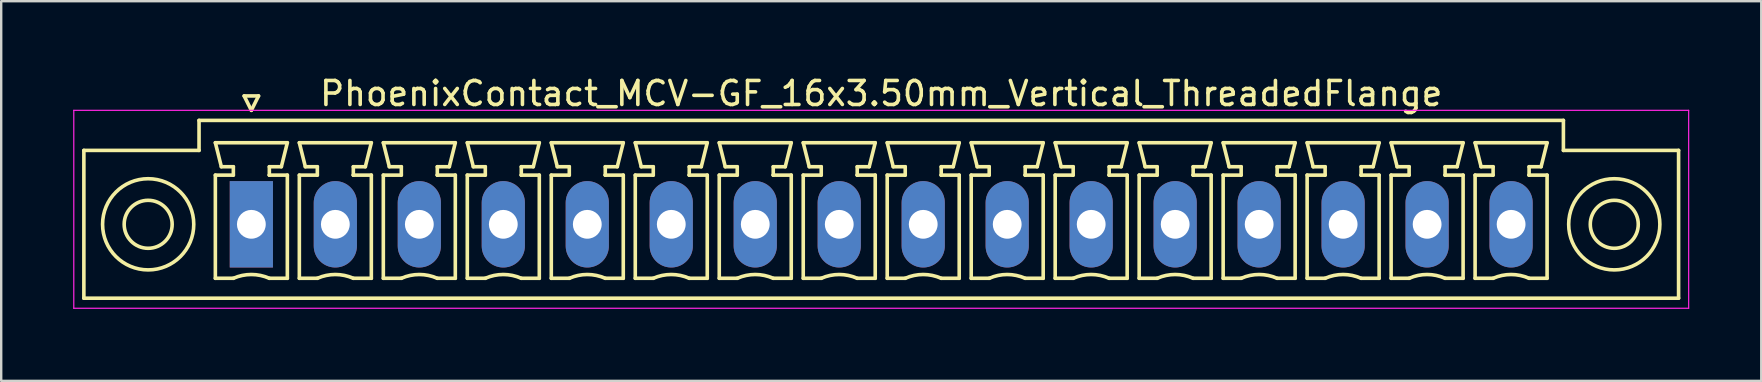
<source format=kicad_pcb>
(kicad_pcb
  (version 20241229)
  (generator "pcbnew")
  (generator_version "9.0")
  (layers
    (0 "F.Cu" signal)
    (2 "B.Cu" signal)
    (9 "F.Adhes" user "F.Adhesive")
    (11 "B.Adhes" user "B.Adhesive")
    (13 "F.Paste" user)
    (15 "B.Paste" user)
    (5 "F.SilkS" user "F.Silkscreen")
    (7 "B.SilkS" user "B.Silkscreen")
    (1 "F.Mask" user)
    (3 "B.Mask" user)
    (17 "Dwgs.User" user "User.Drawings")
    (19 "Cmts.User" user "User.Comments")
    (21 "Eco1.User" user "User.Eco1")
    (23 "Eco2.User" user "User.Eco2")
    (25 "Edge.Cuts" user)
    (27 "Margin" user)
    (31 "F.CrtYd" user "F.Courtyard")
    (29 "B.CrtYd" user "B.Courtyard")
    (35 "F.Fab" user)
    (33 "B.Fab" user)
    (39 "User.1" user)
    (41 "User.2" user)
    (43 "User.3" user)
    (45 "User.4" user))
  (footprint "PhoenixContact_MCV-GF_16x3.50mm_Vertical_ThreadedFlange"
    (layer "F.Cu")
    (at 7.425 6.298)
    (property "Reference" "PhoenixContact_MCV-GF_16x3.50mm_Vertical_ThreadedFlange" (at 26.25 -5.45 0) (layer "F.SilkS") (effects (font (size 1 1) (thickness 0.15))))
    (attr through_hole)
    (fp_line (start -6.98 -3.08) (end -6.98 3.08) (stroke (width 0.15) (type solid)) (layer "F.SilkS"))
    (fp_line (start -6.98 3.08) (end 59.48 3.08) (stroke (width 0.15) (type solid)) (layer "F.SilkS"))
    (fp_line (start -2.18 -4.33) (end -2.18 -3.08) (stroke (width 0.15) (type solid)) (layer "F.SilkS"))
    (fp_line (start -2.18 -3.08) (end -6.98 -3.08) (stroke (width 0.15) (type solid)) (layer "F.SilkS"))
    (fp_line (start -1.5 -3.4) (end 1.5 -3.4) (stroke (width 0.15) (type solid)) (layer "F.SilkS"))
    (fp_line (start -1.5 -2.05) (end -0.75 -2.05) (stroke (width 0.15) (type solid)) (layer "F.SilkS"))
    (fp_line (start -1.5 2.25) (end -1.5 -2.05) (stroke (width 0.15) (type solid)) (layer "F.SilkS"))
    (fp_line (start -1.25 -2.4) (end -1.5 -3.4) (stroke (width 0.15) (type solid)) (layer "F.SilkS"))
    (fp_line (start -0.75 -2.4) (end -1.25 -2.4) (stroke (width 0.15) (type solid)) (layer "F.SilkS"))
    (fp_line (start -0.75 -2.05) (end -0.75 -2.4) (stroke (width 0.15) (type solid)) (layer "F.SilkS"))
    (fp_line (start -0.75 2.25) (end -1.5 2.25) (stroke (width 0.15) (type solid)) (layer "F.SilkS"))
    (fp_line (start -0.3 -5.35) (end 0 -4.75) (stroke (width 0.15) (type solid)) (layer "F.SilkS"))
    (fp_line (start 0 -4.75) (end 0.3 -5.35) (stroke (width 0.15) (type solid)) (layer "F.SilkS"))
    (fp_line (start 0.3 -5.35) (end -0.3 -5.35) (stroke (width 0.15) (type solid)) (layer "F.SilkS"))
    (fp_line (start 0.75 -2.4) (end 0.75 -2.05) (stroke (width 0.15) (type solid)) (layer "F.SilkS"))
    (fp_line (start 0.75 -2.05) (end 0.75 -2.05) (stroke (width 0.15) (type solid)) (layer "F.SilkS"))
    (fp_line (start 0.75 -2.05) (end 1.5 -2.05) (stroke (width 0.15) (type solid)) (layer "F.SilkS"))
    (fp_line (start 1.25 -2.4) (end 0.75 -2.4) (stroke (width 0.15) (type solid)) (layer "F.SilkS"))
    (fp_line (start 1.5 -3.4) (end 1.25 -2.4) (stroke (width 0.15) (type solid)) (layer "F.SilkS"))
    (fp_line (start 1.5 -2.05) (end 1.5 2.25) (stroke (width 0.15) (type solid)) (layer "F.SilkS"))
    (fp_line (start 1.5 2.25) (end 0.75 2.25) (stroke (width 0.15) (type solid)) (layer "F.SilkS"))
    (fp_line (start 2 -3.4) (end 5 -3.4) (stroke (width 0.15) (type solid)) (layer "F.SilkS"))
    (fp_line (start 2 -2.05) (end 2.75 -2.05) (stroke (width 0.15) (type solid)) (layer "F.SilkS"))
    (fp_line (start 2 2.25) (end 2 -2.05) (stroke (width 0.15) (type solid)) (layer "F.SilkS"))
    (fp_line (start 2.25 -2.4) (end 2 -3.4) (stroke (width 0.15) (type solid)) (layer "F.SilkS"))
    (fp_line (start 2.75 -2.4) (end 2.25 -2.4) (stroke (width 0.15) (type solid)) (layer "F.SilkS"))
    (fp_line (start 2.75 -2.05) (end 2.75 -2.4) (stroke (width 0.15) (type solid)) (layer "F.SilkS"))
    (fp_line (start 2.75 2.25) (end 2 2.25) (stroke (width 0.15) (type solid)) (layer "F.SilkS"))
    (fp_line (start 4.25 -2.4) (end 4.25 -2.05) (stroke (width 0.15) (type solid)) (layer "F.SilkS"))
    (fp_line (start 4.25 -2.05) (end 4.25 -2.05) (stroke (width 0.15) (type solid)) (layer "F.SilkS"))
    (fp_line (start 4.25 -2.05) (end 5 -2.05) (stroke (width 0.15) (type solid)) (layer "F.SilkS"))
    (fp_line (start 4.75 -2.4) (end 4.25 -2.4) (stroke (width 0.15) (type solid)) (layer "F.SilkS"))
    (fp_line (start 5 -3.4) (end 4.75 -2.4) (stroke (width 0.15) (type solid)) (layer "F.SilkS"))
    (fp_line (start 5 -2.05) (end 5 2.25) (stroke (width 0.15) (type solid)) (layer "F.SilkS"))
    (fp_line (start 5 2.25) (end 4.25 2.25) (stroke (width 0.15) (type solid)) (layer "F.SilkS"))
    (fp_line (start 5.5 -3.4) (end 8.5 -3.4) (stroke (width 0.15) (type solid)) (layer "F.SilkS"))
    (fp_line (start 5.5 -2.05) (end 6.25 -2.05) (stroke (width 0.15) (type solid)) (layer "F.SilkS"))
    (fp_line (start 5.5 2.25) (end 5.5 -2.05) (stroke (width 0.15) (type solid)) (layer "F.SilkS"))
    (fp_line (start 5.75 -2.4) (end 5.5 -3.4) (stroke (width 0.15) (type solid)) (layer "F.SilkS"))
    (fp_line (start 6.25 -2.4) (end 5.75 -2.4) (stroke (width 0.15) (type solid)) (layer "F.SilkS"))
    (fp_line (start 6.25 -2.05) (end 6.25 -2.4) (stroke (width 0.15) (type solid)) (layer "F.SilkS"))
    (fp_line (start 6.25 2.25) (end 5.5 2.25) (stroke (width 0.15) (type solid)) (layer "F.SilkS"))
    (fp_line (start 7.75 -2.4) (end 7.75 -2.05) (stroke (width 0.15) (type solid)) (layer "F.SilkS"))
    (fp_line (start 7.75 -2.05) (end 7.75 -2.05) (stroke (width 0.15) (type solid)) (layer "F.SilkS"))
    (fp_line (start 7.75 -2.05) (end 8.5 -2.05) (stroke (width 0.15) (type solid)) (layer "F.SilkS"))
    (fp_line (start 8.25 -2.4) (end 7.75 -2.4) (stroke (width 0.15) (type solid)) (layer "F.SilkS"))
    (fp_line (start 8.5 -3.4) (end 8.25 -2.4) (stroke (width 0.15) (type solid)) (layer "F.SilkS"))
    (fp_line (start 8.5 -2.05) (end 8.5 2.25) (stroke (width 0.15) (type solid)) (layer "F.SilkS"))
    (fp_line (start 8.5 2.25) (end 7.75 2.25) (stroke (width 0.15) (type solid)) (layer "F.SilkS"))
    (fp_line (start 9 -3.4) (end 12 -3.4) (stroke (width 0.15) (type solid)) (layer "F.SilkS"))
    (fp_line (start 9 -2.05) (end 9.75 -2.05) (stroke (width 0.15) (type solid)) (layer "F.SilkS"))
    (fp_line (start 9 2.25) (end 9 -2.05) (stroke (width 0.15) (type solid)) (layer "F.SilkS"))
    (fp_line (start 9.25 -2.4) (end 9 -3.4) (stroke (width 0.15) (type solid)) (layer "F.SilkS"))
    (fp_line (start 9.75 -2.4) (end 9.25 -2.4) (stroke (width 0.15) (type solid)) (layer "F.SilkS"))
    (fp_line (start 9.75 -2.05) (end 9.75 -2.4) (stroke (width 0.15) (type solid)) (layer "F.SilkS"))
    (fp_line (start 9.75 2.25) (end 9 2.25) (stroke (width 0.15) (type solid)) (layer "F.SilkS"))
    (fp_line (start 11.25 -2.4) (end 11.25 -2.05) (stroke (width 0.15) (type solid)) (layer "F.SilkS"))
    (fp_line (start 11.25 -2.05) (end 11.25 -2.05) (stroke (width 0.15) (type solid)) (layer "F.SilkS"))
    (fp_line (start 11.25 -2.05) (end 12 -2.05) (stroke (width 0.15) (type solid)) (layer "F.SilkS"))
    (fp_line (start 11.75 -2.4) (end 11.25 -2.4) (stroke (width 0.15) (type solid)) (layer "F.SilkS"))
    (fp_line (start 12 -3.4) (end 11.75 -2.4) (stroke (width 0.15) (type solid)) (layer "F.SilkS"))
    (fp_line (start 12 -2.05) (end 12 2.25) (stroke (width 0.15) (type solid)) (layer "F.SilkS"))
    (fp_line (start 12 2.25) (end 11.25 2.25) (stroke (width 0.15) (type solid)) (layer "F.SilkS"))
    (fp_line (start 12.5 -3.4) (end 15.5 -3.4) (stroke (width 0.15) (type solid)) (layer "F.SilkS"))
    (fp_line (start 12.5 -2.05) (end 13.25 -2.05) (stroke (width 0.15) (type solid)) (layer "F.SilkS"))
    (fp_line (start 12.5 2.25) (end 12.5 -2.05) (stroke (width 0.15) (type solid)) (layer "F.SilkS"))
    (fp_line (start 12.75 -2.4) (end 12.5 -3.4) (stroke (width 0.15) (type solid)) (layer "F.SilkS"))
    (fp_line (start 13.25 -2.4) (end 12.75 -2.4) (stroke (width 0.15) (type solid)) (layer "F.SilkS"))
    (fp_line (start 13.25 -2.05) (end 13.25 -2.4) (stroke (width 0.15) (type solid)) (layer "F.SilkS"))
    (fp_line (start 13.25 2.25) (end 12.5 2.25) (stroke (width 0.15) (type solid)) (layer "F.SilkS"))
    (fp_line (start 14.75 -2.4) (end 14.75 -2.05) (stroke (width 0.15) (type solid)) (layer "F.SilkS"))
    (fp_line (start 14.75 -2.05) (end 14.75 -2.05) (stroke (width 0.15) (type solid)) (layer "F.SilkS"))
    (fp_line (start 14.75 -2.05) (end 15.5 -2.05) (stroke (width 0.15) (type solid)) (layer "F.SilkS"))
    (fp_line (start 15.25 -2.4) (end 14.75 -2.4) (stroke (width 0.15) (type solid)) (layer "F.SilkS"))
    (fp_line (start 15.5 -3.4) (end 15.25 -2.4) (stroke (width 0.15) (type solid)) (layer "F.SilkS"))
    (fp_line (start 15.5 -2.05) (end 15.5 2.25) (stroke (width 0.15) (type solid)) (layer "F.SilkS"))
    (fp_line (start 15.5 2.25) (end 14.75 2.25) (stroke (width 0.15) (type solid)) (layer "F.SilkS"))
    (fp_line (start 16 -3.4) (end 19 -3.4) (stroke (width 0.15) (type solid)) (layer "F.SilkS"))
    (fp_line (start 16 -2.05) (end 16.75 -2.05) (stroke (width 0.15) (type solid)) (layer "F.SilkS"))
    (fp_line (start 16 2.25) (end 16 -2.05) (stroke (width 0.15) (type solid)) (layer "F.SilkS"))
    (fp_line (start 16.25 -2.4) (end 16 -3.4) (stroke (width 0.15) (type solid)) (layer "F.SilkS"))
    (fp_line (start 16.75 -2.4) (end 16.25 -2.4) (stroke (width 0.15) (type solid)) (layer "F.SilkS"))
    (fp_line (start 16.75 -2.05) (end 16.75 -2.4) (stroke (width 0.15) (type solid)) (layer "F.SilkS"))
    (fp_line (start 16.75 2.25) (end 16 2.25) (stroke (width 0.15) (type solid)) (layer "F.SilkS"))
    (fp_line (start 18.25 -2.4) (end 18.25 -2.05) (stroke (width 0.15) (type solid)) (layer "F.SilkS"))
    (fp_line (start 18.25 -2.05) (end 18.25 -2.05) (stroke (width 0.15) (type solid)) (layer "F.SilkS"))
    (fp_line (start 18.25 -2.05) (end 19 -2.05) (stroke (width 0.15) (type solid)) (layer "F.SilkS"))
    (fp_line (start 18.75 -2.4) (end 18.25 -2.4) (stroke (width 0.15) (type solid)) (layer "F.SilkS"))
    (fp_line (start 19 -3.4) (end 18.75 -2.4) (stroke (width 0.15) (type solid)) (layer "F.SilkS"))
    (fp_line (start 19 -2.05) (end 19 2.25) (stroke (width 0.15) (type solid)) (layer "F.SilkS"))
    (fp_line (start 19 2.25) (end 18.25 2.25) (stroke (width 0.15) (type solid)) (layer "F.SilkS"))
    (fp_line (start 19.5 -3.4) (end 22.5 -3.4) (stroke (width 0.15) (type solid)) (layer "F.SilkS"))
    (fp_line (start 19.5 -2.05) (end 20.25 -2.05) (stroke (width 0.15) (type solid)) (layer "F.SilkS"))
    (fp_line (start 19.5 2.25) (end 19.5 -2.05) (stroke (width 0.15) (type solid)) (layer "F.SilkS"))
    (fp_line (start 19.75 -2.4) (end 19.5 -3.4) (stroke (width 0.15) (type solid)) (layer "F.SilkS"))
    (fp_line (start 20.25 -2.4) (end 19.75 -2.4) (stroke (width 0.15) (type solid)) (layer "F.SilkS"))
    (fp_line (start 20.25 -2.05) (end 20.25 -2.4) (stroke (width 0.15) (type solid)) (layer "F.SilkS"))
    (fp_line (start 20.25 2.25) (end 19.5 2.25) (stroke (width 0.15) (type solid)) (layer "F.SilkS"))
    (fp_line (start 21.75 -2.4) (end 21.75 -2.05) (stroke (width 0.15) (type solid)) (layer "F.SilkS"))
    (fp_line (start 21.75 -2.05) (end 21.75 -2.05) (stroke (width 0.15) (type solid)) (layer "F.SilkS"))
    (fp_line (start 21.75 -2.05) (end 22.5 -2.05) (stroke (width 0.15) (type solid)) (layer "F.SilkS"))
    (fp_line (start 22.25 -2.4) (end 21.75 -2.4) (stroke (width 0.15) (type solid)) (layer "F.SilkS"))
    (fp_line (start 22.5 -3.4) (end 22.25 -2.4) (stroke (width 0.15) (type solid)) (layer "F.SilkS"))
    (fp_line (start 22.5 -2.05) (end 22.5 2.25) (stroke (width 0.15) (type solid)) (layer "F.SilkS"))
    (fp_line (start 22.5 2.25) (end 21.75 2.25) (stroke (width 0.15) (type solid)) (layer "F.SilkS"))
    (fp_line (start 23 -3.4) (end 26 -3.4) (stroke (width 0.15) (type solid)) (layer "F.SilkS"))
    (fp_line (start 23 -2.05) (end 23.75 -2.05) (stroke (width 0.15) (type solid)) (layer "F.SilkS"))
    (fp_line (start 23 2.25) (end 23 -2.05) (stroke (width 0.15) (type solid)) (layer "F.SilkS"))
    (fp_line (start 23.25 -2.4) (end 23 -3.4) (stroke (width 0.15) (type solid)) (layer "F.SilkS"))
    (fp_line (start 23.75 -2.4) (end 23.25 -2.4) (stroke (width 0.15) (type solid)) (layer "F.SilkS"))
    (fp_line (start 23.75 -2.05) (end 23.75 -2.4) (stroke (width 0.15) (type solid)) (layer "F.SilkS"))
    (fp_line (start 23.75 2.25) (end 23 2.25) (stroke (width 0.15) (type solid)) (layer "F.SilkS"))
    (fp_line (start 25.25 -2.4) (end 25.25 -2.05) (stroke (width 0.15) (type solid)) (layer "F.SilkS"))
    (fp_line (start 25.25 -2.05) (end 25.25 -2.05) (stroke (width 0.15) (type solid)) (layer "F.SilkS"))
    (fp_line (start 25.25 -2.05) (end 26 -2.05) (stroke (width 0.15) (type solid)) (layer "F.SilkS"))
    (fp_line (start 25.75 -2.4) (end 25.25 -2.4) (stroke (width 0.15) (type solid)) (layer "F.SilkS"))
    (fp_line (start 26 -3.4) (end 25.75 -2.4) (stroke (width 0.15) (type solid)) (layer "F.SilkS"))
    (fp_line (start 26 -2.05) (end 26 2.25) (stroke (width 0.15) (type solid)) (layer "F.SilkS"))
    (fp_line (start 26 2.25) (end 25.25 2.25) (stroke (width 0.15) (type solid)) (layer "F.SilkS"))
    (fp_line (start 26.5 -3.4) (end 29.5 -3.4) (stroke (width 0.15) (type solid)) (layer "F.SilkS"))
    (fp_line (start 26.5 -2.05) (end 27.25 -2.05) (stroke (width 0.15) (type solid)) (layer "F.SilkS"))
    (fp_line (start 26.5 2.25) (end 26.5 -2.05) (stroke (width 0.15) (type solid)) (layer "F.SilkS"))
    (fp_line (start 26.75 -2.4) (end 26.5 -3.4) (stroke (width 0.15) (type solid)) (layer "F.SilkS"))
    (fp_line (start 27.25 -2.4) (end 26.75 -2.4) (stroke (width 0.15) (type solid)) (layer "F.SilkS"))
    (fp_line (start 27.25 -2.05) (end 27.25 -2.4) (stroke (width 0.15) (type solid)) (layer "F.SilkS"))
    (fp_line (start 27.25 2.25) (end 26.5 2.25) (stroke (width 0.15) (type solid)) (layer "F.SilkS"))
    (fp_line (start 28.75 -2.4) (end 28.75 -2.05) (stroke (width 0.15) (type solid)) (layer "F.SilkS"))
    (fp_line (start 28.75 -2.05) (end 28.75 -2.05) (stroke (width 0.15) (type solid)) (layer "F.SilkS"))
    (fp_line (start 28.75 -2.05) (end 29.5 -2.05) (stroke (width 0.15) (type solid)) (layer "F.SilkS"))
    (fp_line (start 29.25 -2.4) (end 28.75 -2.4) (stroke (width 0.15) (type solid)) (layer "F.SilkS"))
    (fp_line (start 29.5 -3.4) (end 29.25 -2.4) (stroke (width 0.15) (type solid)) (layer "F.SilkS"))
    (fp_line (start 29.5 -2.05) (end 29.5 2.25) (stroke (width 0.15) (type solid)) (layer "F.SilkS"))
    (fp_line (start 29.5 2.25) (end 28.75 2.25) (stroke (width 0.15) (type solid)) (layer "F.SilkS"))
    (fp_line (start 30 -3.4) (end 33 -3.4) (stroke (width 0.15) (type solid)) (layer "F.SilkS"))
    (fp_line (start 30 -2.05) (end 30.75 -2.05) (stroke (width 0.15) (type solid)) (layer "F.SilkS"))
    (fp_line (start 30 2.25) (end 30 -2.05) (stroke (width 0.15) (type solid)) (layer "F.SilkS"))
    (fp_line (start 30.25 -2.4) (end 30 -3.4) (stroke (width 0.15) (type solid)) (layer "F.SilkS"))
    (fp_line (start 30.75 -2.4) (end 30.25 -2.4) (stroke (width 0.15) (type solid)) (layer "F.SilkS"))
    (fp_line (start 30.75 -2.05) (end 30.75 -2.4) (stroke (width 0.15) (type solid)) (layer "F.SilkS"))
    (fp_line (start 30.75 2.25) (end 30 2.25) (stroke (width 0.15) (type solid)) (layer "F.SilkS"))
    (fp_line (start 32.25 -2.4) (end 32.25 -2.05) (stroke (width 0.15) (type solid)) (layer "F.SilkS"))
    (fp_line (start 32.25 -2.05) (end 32.25 -2.05) (stroke (width 0.15) (type solid)) (layer "F.SilkS"))
    (fp_line (start 32.25 -2.05) (end 33 -2.05) (stroke (width 0.15) (type solid)) (layer "F.SilkS"))
    (fp_line (start 32.75 -2.4) (end 32.25 -2.4) (stroke (width 0.15) (type solid)) (layer "F.SilkS"))
    (fp_line (start 33 -3.4) (end 32.75 -2.4) (stroke (width 0.15) (type solid)) (layer "F.SilkS"))
    (fp_line (start 33 -2.05) (end 33 2.25) (stroke (width 0.15) (type solid)) (layer "F.SilkS"))
    (fp_line (start 33 2.25) (end 32.25 2.25) (stroke (width 0.15) (type solid)) (layer "F.SilkS"))
    (fp_line (start 33.5 -3.4) (end 36.5 -3.4) (stroke (width 0.15) (type solid)) (layer "F.SilkS"))
    (fp_line (start 33.5 -2.05) (end 34.25 -2.05) (stroke (width 0.15) (type solid)) (layer "F.SilkS"))
    (fp_line (start 33.5 2.25) (end 33.5 -2.05) (stroke (width 0.15) (type solid)) (layer "F.SilkS"))
    (fp_line (start 33.75 -2.4) (end 33.5 -3.4) (stroke (width 0.15) (type solid)) (layer "F.SilkS"))
    (fp_line (start 34.25 -2.4) (end 33.75 -2.4) (stroke (width 0.15) (type solid)) (layer "F.SilkS"))
    (fp_line (start 34.25 -2.05) (end 34.25 -2.4) (stroke (width 0.15) (type solid)) (layer "F.SilkS"))
    (fp_line (start 34.25 2.25) (end 33.5 2.25) (stroke (width 0.15) (type solid)) (layer "F.SilkS"))
    (fp_line (start 35.75 -2.4) (end 35.75 -2.05) (stroke (width 0.15) (type solid)) (layer "F.SilkS"))
    (fp_line (start 35.75 -2.05) (end 35.75 -2.05) (stroke (width 0.15) (type solid)) (layer "F.SilkS"))
    (fp_line (start 35.75 -2.05) (end 36.5 -2.05) (stroke (width 0.15) (type solid)) (layer "F.SilkS"))
    (fp_line (start 36.25 -2.4) (end 35.75 -2.4) (stroke (width 0.15) (type solid)) (layer "F.SilkS"))
    (fp_line (start 36.5 -3.4) (end 36.25 -2.4) (stroke (width 0.15) (type solid)) (layer "F.SilkS"))
    (fp_line (start 36.5 -2.05) (end 36.5 2.25) (stroke (width 0.15) (type solid)) (layer "F.SilkS"))
    (fp_line (start 36.5 2.25) (end 35.75 2.25) (stroke (width 0.15) (type solid)) (layer "F.SilkS"))
    (fp_line (start 37 -3.4) (end 40 -3.4) (stroke (width 0.15) (type solid)) (layer "F.SilkS"))
    (fp_line (start 37 -2.05) (end 37.75 -2.05) (stroke (width 0.15) (type solid)) (layer "F.SilkS"))
    (fp_line (start 37 2.25) (end 37 -2.05) (stroke (width 0.15) (type solid)) (layer "F.SilkS"))
    (fp_line (start 37.25 -2.4) (end 37 -3.4) (stroke (width 0.15) (type solid)) (layer "F.SilkS"))
    (fp_line (start 37.75 -2.4) (end 37.25 -2.4) (stroke (width 0.15) (type solid)) (layer "F.SilkS"))
    (fp_line (start 37.75 -2.05) (end 37.75 -2.4) (stroke (width 0.15) (type solid)) (layer "F.SilkS"))
    (fp_line (start 37.75 2.25) (end 37 2.25) (stroke (width 0.15) (type solid)) (layer "F.SilkS"))
    (fp_line (start 39.25 -2.4) (end 39.25 -2.05) (stroke (width 0.15) (type solid)) (layer "F.SilkS"))
    (fp_line (start 39.25 -2.05) (end 39.25 -2.05) (stroke (width 0.15) (type solid)) (layer "F.SilkS"))
    (fp_line (start 39.25 -2.05) (end 40 -2.05) (stroke (width 0.15) (type solid)) (layer "F.SilkS"))
    (fp_line (start 39.75 -2.4) (end 39.25 -2.4) (stroke (width 0.15) (type solid)) (layer "F.SilkS"))
    (fp_line (start 40 -3.4) (end 39.75 -2.4) (stroke (width 0.15) (type solid)) (layer "F.SilkS"))
    (fp_line (start 40 -2.05) (end 40 2.25) (stroke (width 0.15) (type solid)) (layer "F.SilkS"))
    (fp_line (start 40 2.25) (end 39.25 2.25) (stroke (width 0.15) (type solid)) (layer "F.SilkS"))
    (fp_line (start 40.5 -3.4) (end 43.5 -3.4) (stroke (width 0.15) (type solid)) (layer "F.SilkS"))
    (fp_line (start 40.5 -2.05) (end 41.25 -2.05) (stroke (width 0.15) (type solid)) (layer "F.SilkS"))
    (fp_line (start 40.5 2.25) (end 40.5 -2.05) (stroke (width 0.15) (type solid)) (layer "F.SilkS"))
    (fp_line (start 40.75 -2.4) (end 40.5 -3.4) (stroke (width 0.15) (type solid)) (layer "F.SilkS"))
    (fp_line (start 41.25 -2.4) (end 40.75 -2.4) (stroke (width 0.15) (type solid)) (layer "F.SilkS"))
    (fp_line (start 41.25 -2.05) (end 41.25 -2.4) (stroke (width 0.15) (type solid)) (layer "F.SilkS"))
    (fp_line (start 41.25 2.25) (end 40.5 2.25) (stroke (width 0.15) (type solid)) (layer "F.SilkS"))
    (fp_line (start 42.75 -2.4) (end 42.75 -2.05) (stroke (width 0.15) (type solid)) (layer "F.SilkS"))
    (fp_line (start 42.75 -2.05) (end 42.75 -2.05) (stroke (width 0.15) (type solid)) (layer "F.SilkS"))
    (fp_line (start 42.75 -2.05) (end 43.5 -2.05) (stroke (width 0.15) (type solid)) (layer "F.SilkS"))
    (fp_line (start 43.25 -2.4) (end 42.75 -2.4) (stroke (width 0.15) (type solid)) (layer "F.SilkS"))
    (fp_line (start 43.5 -3.4) (end 43.25 -2.4) (stroke (width 0.15) (type solid)) (layer "F.SilkS"))
    (fp_line (start 43.5 -2.05) (end 43.5 2.25) (stroke (width 0.15) (type solid)) (layer "F.SilkS"))
    (fp_line (start 43.5 2.25) (end 42.75 2.25) (stroke (width 0.15) (type solid)) (layer "F.SilkS"))
    (fp_line (start 44 -3.4) (end 47 -3.4) (stroke (width 0.15) (type solid)) (layer "F.SilkS"))
    (fp_line (start 44 -2.05) (end 44.75 -2.05) (stroke (width 0.15) (type solid)) (layer "F.SilkS"))
    (fp_line (start 44 2.25) (end 44 -2.05) (stroke (width 0.15) (type solid)) (layer "F.SilkS"))
    (fp_line (start 44.25 -2.4) (end 44 -3.4) (stroke (width 0.15) (type solid)) (layer "F.SilkS"))
    (fp_line (start 44.75 -2.4) (end 44.25 -2.4) (stroke (width 0.15) (type solid)) (layer "F.SilkS"))
    (fp_line (start 44.75 -2.05) (end 44.75 -2.4) (stroke (width 0.15) (type solid)) (layer "F.SilkS"))
    (fp_line (start 44.75 2.25) (end 44 2.25) (stroke (width 0.15) (type solid)) (layer "F.SilkS"))
    (fp_line (start 46.25 -2.4) (end 46.25 -2.05) (stroke (width 0.15) (type solid)) (layer "F.SilkS"))
    (fp_line (start 46.25 -2.05) (end 46.25 -2.05) (stroke (width 0.15) (type solid)) (layer "F.SilkS"))
    (fp_line (start 46.25 -2.05) (end 47 -2.05) (stroke (width 0.15) (type solid)) (layer "F.SilkS"))
    (fp_line (start 46.75 -2.4) (end 46.25 -2.4) (stroke (width 0.15) (type solid)) (layer "F.SilkS"))
    (fp_line (start 47 -3.4) (end 46.75 -2.4) (stroke (width 0.15) (type solid)) (layer "F.SilkS"))
    (fp_line (start 47 -2.05) (end 47 2.25) (stroke (width 0.15) (type solid)) (layer "F.SilkS"))
    (fp_line (start 47 2.25) (end 46.25 2.25) (stroke (width 0.15) (type solid)) (layer "F.SilkS"))
    (fp_line (start 47.5 -3.4) (end 50.5 -3.4) (stroke (width 0.15) (type solid)) (layer "F.SilkS"))
    (fp_line (start 47.5 -2.05) (end 48.25 -2.05) (stroke (width 0.15) (type solid)) (layer "F.SilkS"))
    (fp_line (start 47.5 2.25) (end 47.5 -2.05) (stroke (width 0.15) (type solid)) (layer "F.SilkS"))
    (fp_line (start 47.75 -2.4) (end 47.5 -3.4) (stroke (width 0.15) (type solid)) (layer "F.SilkS"))
    (fp_line (start 48.25 -2.4) (end 47.75 -2.4) (stroke (width 0.15) (type solid)) (layer "F.SilkS"))
    (fp_line (start 48.25 -2.05) (end 48.25 -2.4) (stroke (width 0.15) (type solid)) (layer "F.SilkS"))
    (fp_line (start 48.25 2.25) (end 47.5 2.25) (stroke (width 0.15) (type solid)) (layer "F.SilkS"))
    (fp_line (start 49.75 -2.4) (end 49.75 -2.05) (stroke (width 0.15) (type solid)) (layer "F.SilkS"))
    (fp_line (start 49.75 -2.05) (end 49.75 -2.05) (stroke (width 0.15) (type solid)) (layer "F.SilkS"))
    (fp_line (start 49.75 -2.05) (end 50.5 -2.05) (stroke (width 0.15) (type solid)) (layer "F.SilkS"))
    (fp_line (start 50.25 -2.4) (end 49.75 -2.4) (stroke (width 0.15) (type solid)) (layer "F.SilkS"))
    (fp_line (start 50.5 -3.4) (end 50.25 -2.4) (stroke (width 0.15) (type solid)) (layer "F.SilkS"))
    (fp_line (start 50.5 -2.05) (end 50.5 2.25) (stroke (width 0.15) (type solid)) (layer "F.SilkS"))
    (fp_line (start 50.5 2.25) (end 49.75 2.25) (stroke (width 0.15) (type solid)) (layer "F.SilkS"))
    (fp_line (start 51 -3.4) (end 54 -3.4) (stroke (width 0.15) (type solid)) (layer "F.SilkS"))
    (fp_line (start 51 -2.05) (end 51.75 -2.05) (stroke (width 0.15) (type solid)) (layer "F.SilkS"))
    (fp_line (start 51 2.25) (end 51 -2.05) (stroke (width 0.15) (type solid)) (layer "F.SilkS"))
    (fp_line (start 51.25 -2.4) (end 51 -3.4) (stroke (width 0.15) (type solid)) (layer "F.SilkS"))
    (fp_line (start 51.75 -2.4) (end 51.25 -2.4) (stroke (width 0.15) (type solid)) (layer "F.SilkS"))
    (fp_line (start 51.75 -2.05) (end 51.75 -2.4) (stroke (width 0.15) (type solid)) (layer "F.SilkS"))
    (fp_line (start 51.75 2.25) (end 51 2.25) (stroke (width 0.15) (type solid)) (layer "F.SilkS"))
    (fp_line (start 53.25 -2.4) (end 53.25 -2.05) (stroke (width 0.15) (type solid)) (layer "F.SilkS"))
    (fp_line (start 53.25 -2.05) (end 53.25 -2.05) (stroke (width 0.15) (type solid)) (layer "F.SilkS"))
    (fp_line (start 53.25 -2.05) (end 54 -2.05) (stroke (width 0.15) (type solid)) (layer "F.SilkS"))
    (fp_line (start 53.75 -2.4) (end 53.25 -2.4) (stroke (width 0.15) (type solid)) (layer "F.SilkS"))
    (fp_line (start 54 -3.4) (end 53.75 -2.4) (stroke (width 0.15) (type solid)) (layer "F.SilkS"))
    (fp_line (start 54 -2.05) (end 54 2.25) (stroke (width 0.15) (type solid)) (layer "F.SilkS"))
    (fp_line (start 54 2.25) (end 53.25 2.25) (stroke (width 0.15) (type solid)) (layer "F.SilkS"))
    (fp_line (start 54.68 -4.33) (end -2.18 -4.33) (stroke (width 0.15) (type solid)) (layer "F.SilkS"))
    (fp_line (start 54.68 -3.08) (end 54.68 -4.33) (stroke (width 0.15) (type solid)) (layer "F.SilkS"))
    (fp_line (start 59.48 -3.08) (end 54.68 -3.08) (stroke (width 0.15) (type solid)) (layer "F.SilkS"))
    (fp_line (start 59.48 3.08) (end 59.48 -3.08) (stroke (width 0.15) (type solid)) (layer "F.SilkS"))
    (fp_arc (start -0.75 2.25) (mid -0.000193 2.09191) (end 0.749647 2.249844) (stroke (width 0.15) (type solid)) (layer "F.SilkS"))
    (fp_arc (start 2.75 2.25) (mid 3.499807 2.09191) (end 4.249647 2.249844) (stroke (width 0.15) (type solid)) (layer "F.SilkS"))
    (fp_arc (start 6.25 2.25) (mid 6.999807 2.09191) (end 7.749647 2.249844) (stroke (width 0.15) (type solid)) (layer "F.SilkS"))
    (fp_arc (start 9.75 2.25) (mid 10.499807 2.09191) (end 11.249647 2.249844) (stroke (width 0.15) (type solid)) (layer "F.SilkS"))
    (fp_arc (start 13.25 2.25) (mid 13.999807 2.09191) (end 14.749647 2.249844) (stroke (width 0.15) (type solid)) (layer "F.SilkS"))
    (fp_arc (start 16.75 2.25) (mid 17.499807 2.09191) (end 18.249647 2.249844) (stroke (width 0.15) (type solid)) (layer "F.SilkS"))
    (fp_arc (start 20.25 2.25) (mid 20.999807 2.09191) (end 21.749647 2.249844) (stroke (width 0.15) (type solid)) (layer "F.SilkS"))
    (fp_arc (start 23.75 2.25) (mid 24.499807 2.09191) (end 25.249647 2.249844) (stroke (width 0.15) (type solid)) (layer "F.SilkS"))
    (fp_arc (start 27.25 2.25) (mid 27.999807 2.09191) (end 28.749647 2.249844) (stroke (width 0.15) (type solid)) (layer "F.SilkS"))
    (fp_arc (start 30.75 2.25) (mid 31.499807 2.09191) (end 32.249647 2.249844) (stroke (width 0.15) (type solid)) (layer "F.SilkS"))
    (fp_arc (start 34.25 2.25) (mid 34.999807 2.09191) (end 35.749647 2.249844) (stroke (width 0.15) (type solid)) (layer "F.SilkS"))
    (fp_arc (start 37.75 2.25) (mid 38.499807 2.09191) (end 39.249647 2.249844) (stroke (width 0.15) (type solid)) (layer "F.SilkS"))
    (fp_arc (start 41.25 2.25) (mid 41.999807 2.09191) (end 42.749647 2.249844) (stroke (width 0.15) (type solid)) (layer "F.SilkS"))
    (fp_arc (start 44.75 2.25) (mid 45.499807 2.09191) (end 46.249647 2.249844) (stroke (width 0.15) (type solid)) (layer "F.SilkS"))
    (fp_arc (start 48.25 2.25) (mid 48.999807 2.09191) (end 49.749647 2.249844) (stroke (width 0.15) (type solid)) (layer "F.SilkS"))
    (fp_arc (start 51.75 2.25) (mid 52.499807 2.09191) (end 53.249647 2.249844) (stroke (width 0.15) (type solid)) (layer "F.SilkS"))
    (fp_circle (center -4.3 0) (end -3.3 0) (stroke (width 0.15) (type solid)) (fill no) (layer "F.SilkS"))
    (fp_circle (center -4.3 0) (end -2.4 0) (stroke (width 0.15) (type solid)) (fill no) (layer "F.SilkS"))
    (fp_circle (center 56.8 0) (end 57.8 0) (stroke (width 0.15) (type solid)) (fill no) (layer "F.SilkS"))
    (fp_circle (center 56.8 0) (end 58.7 0) (stroke (width 0.15) (type solid)) (fill no) (layer "F.SilkS"))
    (fp_line (start -7.4 -4.75) (end -7.4 3.5) (stroke (width 0.05) (type solid)) (layer "F.CrtYd"))
    (fp_line (start -7.4 3.5) (end 59.9 3.5) (stroke (width 0.05) (type solid)) (layer "F.CrtYd"))
    (fp_line (start 59.9 -4.75) (end -7.4 -4.75) (stroke (width 0.05) (type solid)) (layer "F.CrtYd"))
    (fp_line (start 59.9 3.5) (end 59.9 -4.75) (stroke (width 0.05) (type solid)) (layer "F.CrtYd"))
    (pad "1" thru_hole rect (at 0 0) (size 1.8 3.6) (drill 1.2) (layers "*.Cu" "*.Mask"))
    (pad "2" thru_hole oval (at 3.5 0) (size 1.8 3.6) (drill 1.2) (layers "*.Cu" "*.Mask"))
    (pad "3" thru_hole oval (at 7 0) (size 1.8 3.6) (drill 1.2) (layers "*.Cu" "*.Mask"))
    (pad "4" thru_hole oval (at 10.5 0) (size 1.8 3.6) (drill 1.2) (layers "*.Cu" "*.Mask"))
    (pad "5" thru_hole oval (at 14 0) (size 1.8 3.6) (drill 1.2) (layers "*.Cu" "*.Mask"))
    (pad "6" thru_hole oval (at 17.5 0) (size 1.8 3.6) (drill 1.2) (layers "*.Cu" "*.Mask"))
    (pad "7" thru_hole oval (at 21 0) (size 1.8 3.6) (drill 1.2) (layers "*.Cu" "*.Mask"))
    (pad "8" thru_hole oval (at 24.5 0) (size 1.8 3.6) (drill 1.2) (layers "*.Cu" "*.Mask"))
    (pad "9" thru_hole oval (at 28 0) (size 1.8 3.6) (drill 1.2) (layers "*.Cu" "*.Mask"))
    (pad "10" thru_hole oval (at 31.5 0) (size 1.8 3.6) (drill 1.2) (layers "*.Cu" "*.Mask"))
    (pad "11" thru_hole oval (at 35 0) (size 1.8 3.6) (drill 1.2) (layers "*.Cu" "*.Mask"))
    (pad "12" thru_hole oval (at 38.5 0) (size 1.8 3.6) (drill 1.2) (layers "*.Cu" "*.Mask"))
    (pad "13" thru_hole oval (at 42 0) (size 1.8 3.6) (drill 1.2) (layers "*.Cu" "*.Mask"))
    (pad "14" thru_hole oval (at 45.5 0) (size 1.8 3.6) (drill 1.2) (layers "*.Cu" "*.Mask"))
    (pad "15" thru_hole oval (at 49 0) (size 1.8 3.6) (drill 1.2) (layers "*.Cu" "*.Mask"))
    (pad "16" thru_hole oval (at 52.5 0) (size 1.8 3.6) (drill 1.2) (layers "*.Cu" "*.Mask")))
  (gr_rect
    (start -3 -3)
    (end 70.35 12.823)
    (stroke (width 0.1) (type default))
    (fill no)
    (layer "Edge.Cuts")))
</source>
